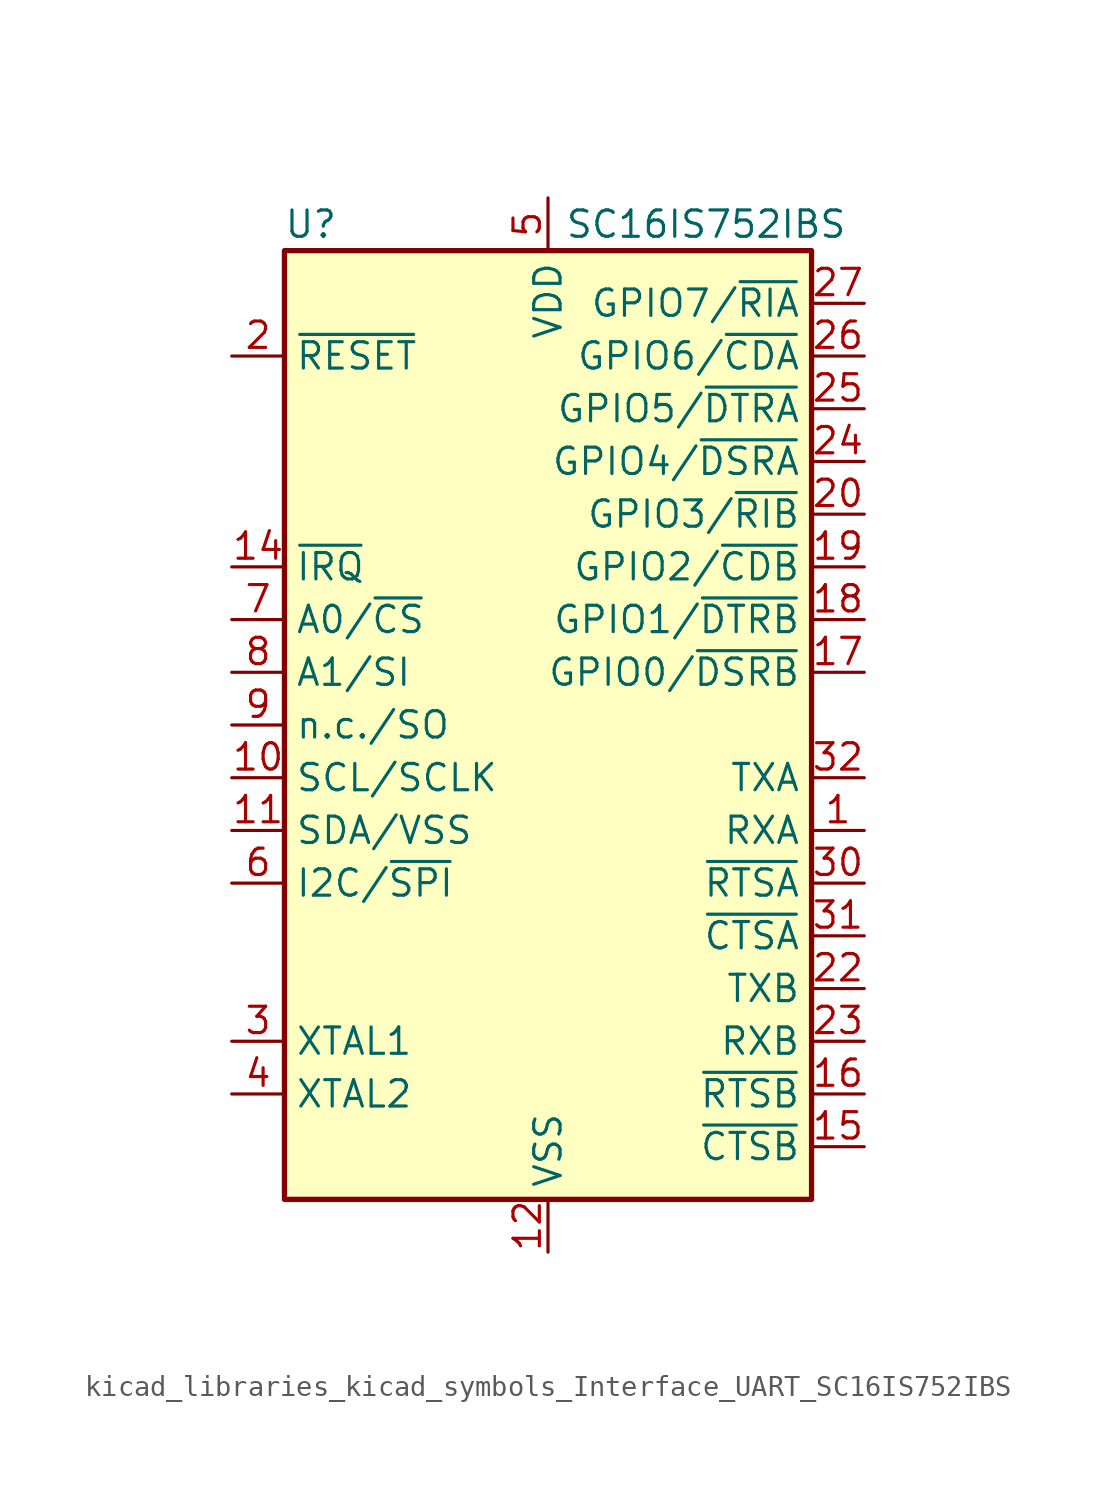
<source format=kicad_sym>
(kicad_symbol_lib
  (version 20220914)
  (generator kicad_symbol_editor)
  (symbol "kicad_libraries_kicad_symbols_Interface_UART_SC16IS752IBS"
    (property "Reference" "U"
      (at -11.43 24.13 0)
      (effects (font (size 1.27 1.27))))
    (property "Value" "SC16IS752IBS"
      (at 7.62 24.13 0)
      (effects (font (size 1.27 1.27))))
    (symbol "kicad_libraries_kicad_symbols_Interface_UART_SC16IS752IBS_0_1"
      (rectangle (start -12.7 22.86) (end 12.7 -22.86) (stroke (width 0.254) (type default)) (fill (type background))))
    (symbol "kicad_libraries_kicad_symbols_Interface_UART_SC16IS752IBS_1_1"
      (pin input line (at 15.24 -5.08 180) (length 2.54) (name "RXA" (effects (font (size 1.27 1.27)))) (number "1" (effects (font (size 1.27 1.27)))))
      (pin input line (at -15.24 -2.54 0) (length 2.54) (name "SCL/SCLK" (effects (font (size 1.27 1.27)))) (number "10" (effects (font (size 1.27 1.27)))))
      (pin bidirectional line (at -15.24 -5.08 0) (length 2.54) (name "SDA/VSS" (effects (font (size 1.27 1.27)))) (number "11" (effects (font (size 1.27 1.27)))))
      (pin power_in line (at 0 -25.4 90) (length 2.54) (name "VSS" (effects (font (size 1.27 1.27)))) (number "12" (effects (font (size 1.27 1.27)))))
      (pin passive line (at 0 25.4 270) (length 2.54) hide (name "VDD" (effects (font (size 1.27 1.27)))) (number "13" (effects (font (size 1.27 1.27)))))
      (pin open_collector line (at -15.24 7.62 0) (length 2.54) (name "~{IRQ}" (effects (font (size 1.27 1.27)))) (number "14" (effects (font (size 1.27 1.27)))))
      (pin input line (at 15.24 -20.32 180) (length 2.54) (name "~{CTSB}" (effects (font (size 1.27 1.27)))) (number "15" (effects (font (size 1.27 1.27)))))
      (pin output line (at 15.24 -17.78 180) (length 2.54) (name "~{RTSB}" (effects (font (size 1.27 1.27)))) (number "16" (effects (font (size 1.27 1.27)))))
      (pin bidirectional line (at 15.24 2.54 180) (length 2.54) (name "GPIO0/~{DSRB}" (effects (font (size 1.27 1.27)))) (number "17" (effects (font (size 1.27 1.27)))))
      (pin bidirectional line (at 15.24 5.08 180) (length 2.54) (name "GPIO1/~{DTRB}" (effects (font (size 1.27 1.27)))) (number "18" (effects (font (size 1.27 1.27)))))
      (pin bidirectional line (at 15.24 7.62 180) (length 2.54) (name "GPIO2/~{CDB}" (effects (font (size 1.27 1.27)))) (number "19" (effects (font (size 1.27 1.27)))))
      (pin input line (at -15.24 17.78 0) (length 2.54) (name "~{RESET}" (effects (font (size 1.27 1.27)))) (number "2" (effects (font (size 1.27 1.27)))))
      (pin bidirectional line (at 15.24 10.16 180) (length 2.54) (name "GPIO3/~{RIB}" (effects (font (size 1.27 1.27)))) (number "20" (effects (font (size 1.27 1.27)))))
      (pin passive line (at 0 -25.4 90) (length 2.54) hide (name "VSS" (effects (font (size 1.27 1.27)))) (number "21" (effects (font (size 1.27 1.27)))))
      (pin output line (at 15.24 -12.7 180) (length 2.54) (name "TXB" (effects (font (size 1.27 1.27)))) (number "22" (effects (font (size 1.27 1.27)))))
      (pin input line (at 15.24 -15.24 180) (length 2.54) (name "RXB" (effects (font (size 1.27 1.27)))) (number "23" (effects (font (size 1.27 1.27)))))
      (pin bidirectional line (at 15.24 12.7 180) (length 2.54) (name "GPIO4/~{DSRA}" (effects (font (size 1.27 1.27)))) (number "24" (effects (font (size 1.27 1.27)))))
      (pin bidirectional line (at 15.24 15.24 180) (length 2.54) (name "GPIO5/~{DTRA}" (effects (font (size 1.27 1.27)))) (number "25" (effects (font (size 1.27 1.27)))))
      (pin bidirectional line (at 15.24 17.78 180) (length 2.54) (name "GPIO6/~{CDA}" (effects (font (size 1.27 1.27)))) (number "26" (effects (font (size 1.27 1.27)))))
      (pin bidirectional line (at 15.24 20.32 180) (length 2.54) (name "GPIO7/~{RIA}" (effects (font (size 1.27 1.27)))) (number "27" (effects (font (size 1.27 1.27)))))
      (pin passive line (at 0 25.4 270) (length 2.54) hide (name "VDD" (effects (font (size 1.27 1.27)))) (number "28" (effects (font (size 1.27 1.27)))))
      (pin passive line (at 0 -25.4 90) (length 2.54) hide (name "VSS" (effects (font (size 1.27 1.27)))) (number "29" (effects (font (size 1.27 1.27)))))
      (pin input line (at -15.24 -15.24 0) (length 2.54) (name "XTAL1" (effects (font (size 1.27 1.27)))) (number "3" (effects (font (size 1.27 1.27)))))
      (pin output line (at 15.24 -7.62 180) (length 2.54) (name "~{RTSA}" (effects (font (size 1.27 1.27)))) (number "30" (effects (font (size 1.27 1.27)))))
      (pin input line (at 15.24 -10.16 180) (length 2.54) (name "~{CTSA}" (effects (font (size 1.27 1.27)))) (number "31" (effects (font (size 1.27 1.27)))))
      (pin output line (at 15.24 -2.54 180) (length 2.54) (name "TXA" (effects (font (size 1.27 1.27)))) (number "32" (effects (font (size 1.27 1.27)))))
      (pin passive line (at 0 -25.4 90) (length 2.54) hide (name "VSS" (effects (font (size 1.27 1.27)))) (number "33" (effects (font (size 1.27 1.27)))))
      (pin output line (at -15.24 -17.78 0) (length 2.54) (name "XTAL2" (effects (font (size 1.27 1.27)))) (number "4" (effects (font (size 1.27 1.27)))))
      (pin power_in line (at 0 25.4 270) (length 2.54) (name "VDD" (effects (font (size 1.27 1.27)))) (number "5" (effects (font (size 1.27 1.27)))))
      (pin input line (at -15.24 -7.62 0) (length 2.54) (name "I2C/~{SPI}" (effects (font (size 1.27 1.27)))) (number "6" (effects (font (size 1.27 1.27)))))
      (pin input line (at -15.24 5.08 0) (length 2.54) (name "A0/~{CS}" (effects (font (size 1.27 1.27)))) (number "7" (effects (font (size 1.27 1.27)))))
      (pin input line (at -15.24 2.54 0) (length 2.54) (name "A1/SI" (effects (font (size 1.27 1.27)))) (number "8" (effects (font (size 1.27 1.27)))))
      (pin output line (at -15.24 0 0) (length 2.54) (name "n.c./SO" (effects (font (size 1.27 1.27)))) (number "9" (effects (font (size 1.27 1.27))))))))
</source>
